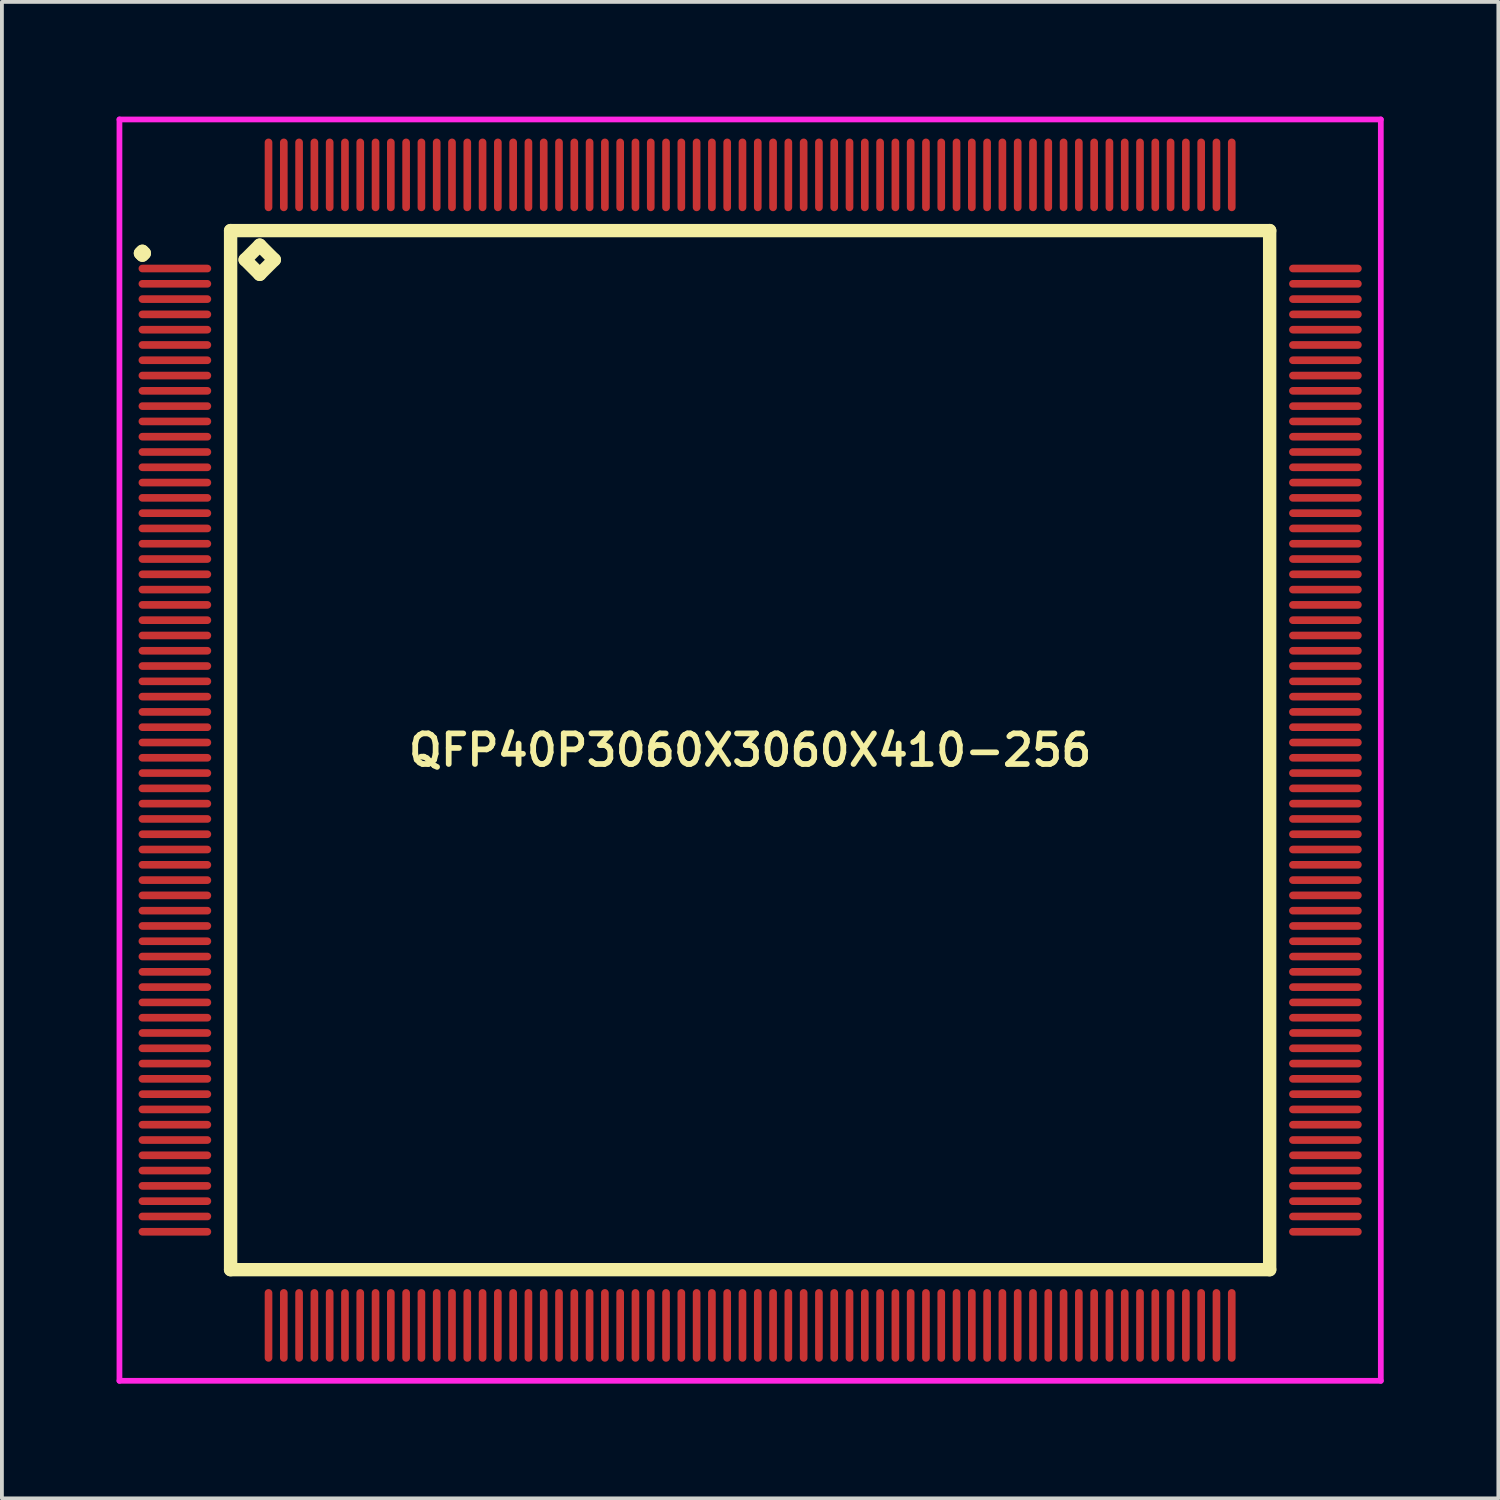
<source format=kicad_pcb>
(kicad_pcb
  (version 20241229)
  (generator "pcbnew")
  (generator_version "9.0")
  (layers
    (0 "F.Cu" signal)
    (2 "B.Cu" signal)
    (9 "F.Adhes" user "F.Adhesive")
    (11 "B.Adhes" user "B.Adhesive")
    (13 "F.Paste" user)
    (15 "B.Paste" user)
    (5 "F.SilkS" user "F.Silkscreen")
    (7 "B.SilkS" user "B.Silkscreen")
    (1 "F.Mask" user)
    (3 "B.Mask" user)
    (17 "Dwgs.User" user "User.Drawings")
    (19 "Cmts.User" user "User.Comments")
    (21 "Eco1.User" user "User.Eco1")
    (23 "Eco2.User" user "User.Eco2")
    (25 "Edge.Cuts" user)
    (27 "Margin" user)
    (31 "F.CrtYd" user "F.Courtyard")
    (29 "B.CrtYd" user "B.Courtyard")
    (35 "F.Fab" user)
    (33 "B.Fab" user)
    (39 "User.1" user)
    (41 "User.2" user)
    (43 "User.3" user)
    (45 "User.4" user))
  (footprint "QFP40P3060X3060X410-256"
    (layer "F.Cu")
    (at 16.575 16.575)
    (property "Reference" "QFP40P3060X3060X410-256" (at 0 0 0) (layer "F.SilkS") (effects (font (size 0.8 0.8) (thickness 0.15))))
    (attr through_hole)
    (fp_line (start -15.95 -13) (end -15.9 -13.05) (stroke (width 0.35) (type solid)) (layer "F.SilkS"))
    (fp_line (start -15.9 -13.05) (end -15.85 -13) (stroke (width 0.35) (type solid)) (layer "F.SilkS"))
    (fp_line (start -15.9 -12.95) (end -15.95 -13) (stroke (width 0.35) (type solid)) (layer "F.SilkS"))
    (fp_line (start -15.85 -13) (end -15.9 -12.95) (stroke (width 0.35) (type solid)) (layer "F.SilkS"))
    (fp_line (start -13.592 -13.592) (end -13.592 13.592) (stroke (width 0.35) (type solid)) (layer "F.SilkS"))
    (fp_line (start -13.592 13.592) (end 13.592 13.592) (stroke (width 0.35) (type solid)) (layer "F.SilkS"))
    (fp_line (start -13.211 -12.83) (end -12.83 -13.211) (stroke (width 0.35) (type solid)) (layer "F.SilkS"))
    (fp_line (start -12.83 -13.211) (end -12.449 -12.83) (stroke (width 0.35) (type solid)) (layer "F.SilkS"))
    (fp_line (start -12.83 -12.449) (end -13.211 -12.83) (stroke (width 0.35) (type solid)) (layer "F.SilkS"))
    (fp_line (start -12.449 -12.83) (end -12.83 -12.449) (stroke (width 0.35) (type solid)) (layer "F.SilkS"))
    (fp_line (start 13.592 -13.592) (end -13.592 -13.592) (stroke (width 0.35) (type solid)) (layer "F.SilkS"))
    (fp_line (start 13.592 13.592) (end 13.592 -13.592) (stroke (width 0.35) (type solid)) (layer "F.SilkS"))
    (fp_line (start -16.5 -16.5) (end 16.5 -16.5) (stroke (width 0.15) (type solid)) (layer "F.CrtYd"))
    (fp_line (start -16.5 16.5) (end -16.5 -16.5) (stroke (width 0.15) (type solid)) (layer "F.CrtYd"))
    (fp_line (start 16.5 -16.5) (end 16.5 16.5) (stroke (width 0.15) (type solid)) (layer "F.CrtYd"))
    (fp_line (start 16.5 16.5) (end -16.5 16.5) (stroke (width 0.15) (type solid)) (layer "F.CrtYd"))
    (pad "1" smd oval (at -15.05 -12.6) (size 1.9 0.2) (layers "F.Cu" "F.Mask" "F.Paste"))
    (pad "2" smd oval (at -15.05 -12.2) (size 1.9 0.2) (layers "F.Cu" "F.Mask" "F.Paste"))
    (pad "3" smd oval (at -15.05 -11.8) (size 1.9 0.2) (layers "F.Cu" "F.Mask" "F.Paste"))
    (pad "4" smd oval (at -15.05 -11.4) (size 1.9 0.2) (layers "F.Cu" "F.Mask" "F.Paste"))
    (pad "5" smd oval (at -15.05 -11) (size 1.9 0.2) (layers "F.Cu" "F.Mask" "F.Paste"))
    (pad "6" smd oval (at -15.05 -10.6) (size 1.9 0.2) (layers "F.Cu" "F.Mask" "F.Paste"))
    (pad "7" smd oval (at -15.05 -10.2) (size 1.9 0.2) (layers "F.Cu" "F.Mask" "F.Paste"))
    (pad "8" smd oval (at -15.05 -9.8) (size 1.9 0.2) (layers "F.Cu" "F.Mask" "F.Paste"))
    (pad "9" smd oval (at -15.05 -9.4) (size 1.9 0.2) (layers "F.Cu" "F.Mask" "F.Paste"))
    (pad "10" smd oval (at -15.05 -9) (size 1.9 0.2) (layers "F.Cu" "F.Mask" "F.Paste"))
    (pad "11" smd oval (at -15.05 -8.6) (size 1.9 0.2) (layers "F.Cu" "F.Mask" "F.Paste"))
    (pad "12" smd oval (at -15.05 -8.2) (size 1.9 0.2) (layers "F.Cu" "F.Mask" "F.Paste"))
    (pad "13" smd oval (at -15.05 -7.8) (size 1.9 0.2) (layers "F.Cu" "F.Mask" "F.Paste"))
    (pad "14" smd oval (at -15.05 -7.4) (size 1.9 0.2) (layers "F.Cu" "F.Mask" "F.Paste"))
    (pad "15" smd oval (at -15.05 -7) (size 1.9 0.2) (layers "F.Cu" "F.Mask" "F.Paste"))
    (pad "16" smd oval (at -15.05 -6.6) (size 1.9 0.2) (layers "F.Cu" "F.Mask" "F.Paste"))
    (pad "17" smd oval (at -15.05 -6.2) (size 1.9 0.2) (layers "F.Cu" "F.Mask" "F.Paste"))
    (pad "18" smd oval (at -15.05 -5.8) (size 1.9 0.2) (layers "F.Cu" "F.Mask" "F.Paste"))
    (pad "19" smd oval (at -15.05 -5.4) (size 1.9 0.2) (layers "F.Cu" "F.Mask" "F.Paste"))
    (pad "20" smd oval (at -15.05 -5) (size 1.9 0.2) (layers "F.Cu" "F.Mask" "F.Paste"))
    (pad "21" smd oval (at -15.05 -4.6) (size 1.9 0.2) (layers "F.Cu" "F.Mask" "F.Paste"))
    (pad "22" smd oval (at -15.05 -4.2) (size 1.9 0.2) (layers "F.Cu" "F.Mask" "F.Paste"))
    (pad "23" smd oval (at -15.05 -3.8) (size 1.9 0.2) (layers "F.Cu" "F.Mask" "F.Paste"))
    (pad "24" smd oval (at -15.05 -3.4) (size 1.9 0.2) (layers "F.Cu" "F.Mask" "F.Paste"))
    (pad "25" smd oval (at -15.05 -3) (size 1.9 0.2) (layers "F.Cu" "F.Mask" "F.Paste"))
    (pad "26" smd oval (at -15.05 -2.6) (size 1.9 0.2) (layers "F.Cu" "F.Mask" "F.Paste"))
    (pad "27" smd oval (at -15.05 -2.2) (size 1.9 0.2) (layers "F.Cu" "F.Mask" "F.Paste"))
    (pad "28" smd oval (at -15.05 -1.8) (size 1.9 0.2) (layers "F.Cu" "F.Mask" "F.Paste"))
    (pad "29" smd oval (at -15.05 -1.4) (size 1.9 0.2) (layers "F.Cu" "F.Mask" "F.Paste"))
    (pad "30" smd oval (at -15.05 -1) (size 1.9 0.2) (layers "F.Cu" "F.Mask" "F.Paste"))
    (pad "31" smd oval (at -15.05 -0.6) (size 1.9 0.2) (layers "F.Cu" "F.Mask" "F.Paste"))
    (pad "32" smd oval (at -15.05 -0.2) (size 1.9 0.2) (layers "F.Cu" "F.Mask" "F.Paste"))
    (pad "33" smd oval (at -15.05 0.2) (size 1.9 0.2) (layers "F.Cu" "F.Mask" "F.Paste"))
    (pad "34" smd oval (at -15.05 0.6) (size 1.9 0.2) (layers "F.Cu" "F.Mask" "F.Paste"))
    (pad "35" smd oval (at -15.05 1) (size 1.9 0.2) (layers "F.Cu" "F.Mask" "F.Paste"))
    (pad "36" smd oval (at -15.05 1.4) (size 1.9 0.2) (layers "F.Cu" "F.Mask" "F.Paste"))
    (pad "37" smd oval (at -15.05 1.8) (size 1.9 0.2) (layers "F.Cu" "F.Mask" "F.Paste"))
    (pad "38" smd oval (at -15.05 2.2) (size 1.9 0.2) (layers "F.Cu" "F.Mask" "F.Paste"))
    (pad "39" smd oval (at -15.05 2.6) (size 1.9 0.2) (layers "F.Cu" "F.Mask" "F.Paste"))
    (pad "40" smd oval (at -15.05 3) (size 1.9 0.2) (layers "F.Cu" "F.Mask" "F.Paste"))
    (pad "41" smd oval (at -15.05 3.4) (size 1.9 0.2) (layers "F.Cu" "F.Mask" "F.Paste"))
    (pad "42" smd oval (at -15.05 3.8) (size 1.9 0.2) (layers "F.Cu" "F.Mask" "F.Paste"))
    (pad "43" smd oval (at -15.05 4.2) (size 1.9 0.2) (layers "F.Cu" "F.Mask" "F.Paste"))
    (pad "44" smd oval (at -15.05 4.6) (size 1.9 0.2) (layers "F.Cu" "F.Mask" "F.Paste"))
    (pad "45" smd oval (at -15.05 5) (size 1.9 0.2) (layers "F.Cu" "F.Mask" "F.Paste"))
    (pad "46" smd oval (at -15.05 5.4) (size 1.9 0.2) (layers "F.Cu" "F.Mask" "F.Paste"))
    (pad "47" smd oval (at -15.05 5.8) (size 1.9 0.2) (layers "F.Cu" "F.Mask" "F.Paste"))
    (pad "48" smd oval (at -15.05 6.2) (size 1.9 0.2) (layers "F.Cu" "F.Mask" "F.Paste"))
    (pad "49" smd oval (at -15.05 6.6) (size 1.9 0.2) (layers "F.Cu" "F.Mask" "F.Paste"))
    (pad "50" smd oval (at -15.05 7) (size 1.9 0.2) (layers "F.Cu" "F.Mask" "F.Paste"))
    (pad "51" smd oval (at -15.05 7.4) (size 1.9 0.2) (layers "F.Cu" "F.Mask" "F.Paste"))
    (pad "52" smd oval (at -15.05 7.8) (size 1.9 0.2) (layers "F.Cu" "F.Mask" "F.Paste"))
    (pad "53" smd oval (at -15.05 8.2) (size 1.9 0.2) (layers "F.Cu" "F.Mask" "F.Paste"))
    (pad "54" smd oval (at -15.05 8.6) (size 1.9 0.2) (layers "F.Cu" "F.Mask" "F.Paste"))
    (pad "55" smd oval (at -15.05 9) (size 1.9 0.2) (layers "F.Cu" "F.Mask" "F.Paste"))
    (pad "56" smd oval (at -15.05 9.4) (size 1.9 0.2) (layers "F.Cu" "F.Mask" "F.Paste"))
    (pad "57" smd oval (at -15.05 9.8) (size 1.9 0.2) (layers "F.Cu" "F.Mask" "F.Paste"))
    (pad "58" smd oval (at -15.05 10.2) (size 1.9 0.2) (layers "F.Cu" "F.Mask" "F.Paste"))
    (pad "59" smd oval (at -15.05 10.6) (size 1.9 0.2) (layers "F.Cu" "F.Mask" "F.Paste"))
    (pad "60" smd oval (at -15.05 11) (size 1.9 0.2) (layers "F.Cu" "F.Mask" "F.Paste"))
    (pad "61" smd oval (at -15.05 11.4) (size 1.9 0.2) (layers "F.Cu" "F.Mask" "F.Paste"))
    (pad "62" smd oval (at -15.05 11.8) (size 1.9 0.2) (layers "F.Cu" "F.Mask" "F.Paste"))
    (pad "63" smd oval (at -15.05 12.2) (size 1.9 0.2) (layers "F.Cu" "F.Mask" "F.Paste"))
    (pad "64" smd oval (at -15.05 12.6) (size 1.9 0.2) (layers "F.Cu" "F.Mask" "F.Paste"))
    (pad "65" smd oval (at -12.6 15.05) (size 0.2 1.9) (layers "F.Cu" "F.Mask" "F.Paste"))
    (pad "66" smd oval (at -12.2 15.05) (size 0.2 1.9) (layers "F.Cu" "F.Mask" "F.Paste"))
    (pad "67" smd oval (at -11.8 15.05) (size 0.2 1.9) (layers "F.Cu" "F.Mask" "F.Paste"))
    (pad "68" smd oval (at -11.4 15.05) (size 0.2 1.9) (layers "F.Cu" "F.Mask" "F.Paste"))
    (pad "69" smd oval (at -11 15.05) (size 0.2 1.9) (layers "F.Cu" "F.Mask" "F.Paste"))
    (pad "70" smd oval (at -10.6 15.05) (size 0.2 1.9) (layers "F.Cu" "F.Mask" "F.Paste"))
    (pad "71" smd oval (at -10.2 15.05) (size 0.2 1.9) (layers "F.Cu" "F.Mask" "F.Paste"))
    (pad "72" smd oval (at -9.8 15.05) (size 0.2 1.9) (layers "F.Cu" "F.Mask" "F.Paste"))
    (pad "73" smd oval (at -9.4 15.05) (size 0.2 1.9) (layers "F.Cu" "F.Mask" "F.Paste"))
    (pad "74" smd oval (at -9 15.05) (size 0.2 1.9) (layers "F.Cu" "F.Mask" "F.Paste"))
    (pad "75" smd oval (at -8.6 15.05) (size 0.2 1.9) (layers "F.Cu" "F.Mask" "F.Paste"))
    (pad "76" smd oval (at -8.2 15.05) (size 0.2 1.9) (layers "F.Cu" "F.Mask" "F.Paste"))
    (pad "77" smd oval (at -7.8 15.05) (size 0.2 1.9) (layers "F.Cu" "F.Mask" "F.Paste"))
    (pad "78" smd oval (at -7.4 15.05) (size 0.2 1.9) (layers "F.Cu" "F.Mask" "F.Paste"))
    (pad "79" smd oval (at -7 15.05) (size 0.2 1.9) (layers "F.Cu" "F.Mask" "F.Paste"))
    (pad "80" smd oval (at -6.6 15.05) (size 0.2 1.9) (layers "F.Cu" "F.Mask" "F.Paste"))
    (pad "81" smd oval (at -6.2 15.05) (size 0.2 1.9) (layers "F.Cu" "F.Mask" "F.Paste"))
    (pad "82" smd oval (at -5.8 15.05) (size 0.2 1.9) (layers "F.Cu" "F.Mask" "F.Paste"))
    (pad "83" smd oval (at -5.4 15.05) (size 0.2 1.9) (layers "F.Cu" "F.Mask" "F.Paste"))
    (pad "84" smd oval (at -5 15.05) (size 0.2 1.9) (layers "F.Cu" "F.Mask" "F.Paste"))
    (pad "85" smd oval (at -4.6 15.05) (size 0.2 1.9) (layers "F.Cu" "F.Mask" "F.Paste"))
    (pad "86" smd oval (at -4.2 15.05) (size 0.2 1.9) (layers "F.Cu" "F.Mask" "F.Paste"))
    (pad "87" smd oval (at -3.8 15.05) (size 0.2 1.9) (layers "F.Cu" "F.Mask" "F.Paste"))
    (pad "88" smd oval (at -3.4 15.05) (size 0.2 1.9) (layers "F.Cu" "F.Mask" "F.Paste"))
    (pad "89" smd oval (at -3 15.05) (size 0.2 1.9) (layers "F.Cu" "F.Mask" "F.Paste"))
    (pad "90" smd oval (at -2.6 15.05) (size 0.2 1.9) (layers "F.Cu" "F.Mask" "F.Paste"))
    (pad "91" smd oval (at -2.2 15.05) (size 0.2 1.9) (layers "F.Cu" "F.Mask" "F.Paste"))
    (pad "92" smd oval (at -1.8 15.05) (size 0.2 1.9) (layers "F.Cu" "F.Mask" "F.Paste"))
    (pad "93" smd oval (at -1.4 15.05) (size 0.2 1.9) (layers "F.Cu" "F.Mask" "F.Paste"))
    (pad "94" smd oval (at -1 15.05) (size 0.2 1.9) (layers "F.Cu" "F.Mask" "F.Paste"))
    (pad "95" smd oval (at -0.6 15.05) (size 0.2 1.9) (layers "F.Cu" "F.Mask" "F.Paste"))
    (pad "96" smd oval (at -0.2 15.05) (size 0.2 1.9) (layers "F.Cu" "F.Mask" "F.Paste"))
    (pad "97" smd oval (at 0.2 15.05) (size 0.2 1.9) (layers "F.Cu" "F.Mask" "F.Paste"))
    (pad "98" smd oval (at 0.6 15.05) (size 0.2 1.9) (layers "F.Cu" "F.Mask" "F.Paste"))
    (pad "99" smd oval (at 1 15.05) (size 0.2 1.9) (layers "F.Cu" "F.Mask" "F.Paste"))
    (pad "100" smd oval (at 1.4 15.05) (size 0.2 1.9) (layers "F.Cu" "F.Mask" "F.Paste"))
    (pad "101" smd oval (at 1.8 15.05) (size 0.2 1.9) (layers "F.Cu" "F.Mask" "F.Paste"))
    (pad "102" smd oval (at 2.2 15.05) (size 0.2 1.9) (layers "F.Cu" "F.Mask" "F.Paste"))
    (pad "103" smd oval (at 2.6 15.05) (size 0.2 1.9) (layers "F.Cu" "F.Mask" "F.Paste"))
    (pad "104" smd oval (at 3 15.05) (size 0.2 1.9) (layers "F.Cu" "F.Mask" "F.Paste"))
    (pad "105" smd oval (at 3.4 15.05) (size 0.2 1.9) (layers "F.Cu" "F.Mask" "F.Paste"))
    (pad "106" smd oval (at 3.8 15.05) (size 0.2 1.9) (layers "F.Cu" "F.Mask" "F.Paste"))
    (pad "107" smd oval (at 4.2 15.05) (size 0.2 1.9) (layers "F.Cu" "F.Mask" "F.Paste"))
    (pad "108" smd oval (at 4.6 15.05) (size 0.2 1.9) (layers "F.Cu" "F.Mask" "F.Paste"))
    (pad "109" smd oval (at 5 15.05) (size 0.2 1.9) (layers "F.Cu" "F.Mask" "F.Paste"))
    (pad "110" smd oval (at 5.4 15.05) (size 0.2 1.9) (layers "F.Cu" "F.Mask" "F.Paste"))
    (pad "111" smd oval (at 5.8 15.05) (size 0.2 1.9) (layers "F.Cu" "F.Mask" "F.Paste"))
    (pad "112" smd oval (at 6.2 15.05) (size 0.2 1.9) (layers "F.Cu" "F.Mask" "F.Paste"))
    (pad "113" smd oval (at 6.6 15.05) (size 0.2 1.9) (layers "F.Cu" "F.Mask" "F.Paste"))
    (pad "114" smd oval (at 7 15.05) (size 0.2 1.9) (layers "F.Cu" "F.Mask" "F.Paste"))
    (pad "115" smd oval (at 7.4 15.05) (size 0.2 1.9) (layers "F.Cu" "F.Mask" "F.Paste"))
    (pad "116" smd oval (at 7.8 15.05) (size 0.2 1.9) (layers "F.Cu" "F.Mask" "F.Paste"))
    (pad "117" smd oval (at 8.2 15.05) (size 0.2 1.9) (layers "F.Cu" "F.Mask" "F.Paste"))
    (pad "118" smd oval (at 8.6 15.05) (size 0.2 1.9) (layers "F.Cu" "F.Mask" "F.Paste"))
    (pad "119" smd oval (at 9 15.05) (size 0.2 1.9) (layers "F.Cu" "F.Mask" "F.Paste"))
    (pad "120" smd oval (at 9.4 15.05) (size 0.2 1.9) (layers "F.Cu" "F.Mask" "F.Paste"))
    (pad "121" smd oval (at 9.8 15.05) (size 0.2 1.9) (layers "F.Cu" "F.Mask" "F.Paste"))
    (pad "122" smd oval (at 10.2 15.05) (size 0.2 1.9) (layers "F.Cu" "F.Mask" "F.Paste"))
    (pad "123" smd oval (at 10.6 15.05) (size 0.2 1.9) (layers "F.Cu" "F.Mask" "F.Paste"))
    (pad "124" smd oval (at 11 15.05) (size 0.2 1.9) (layers "F.Cu" "F.Mask" "F.Paste"))
    (pad "125" smd oval (at 11.4 15.05) (size 0.2 1.9) (layers "F.Cu" "F.Mask" "F.Paste"))
    (pad "126" smd oval (at 11.8 15.05) (size 0.2 1.9) (layers "F.Cu" "F.Mask" "F.Paste"))
    (pad "127" smd oval (at 12.2 15.05) (size 0.2 1.9) (layers "F.Cu" "F.Mask" "F.Paste"))
    (pad "128" smd oval (at 12.6 15.05) (size 0.2 1.9) (layers "F.Cu" "F.Mask" "F.Paste"))
    (pad "129" smd oval (at 15.05 12.6) (size 1.9 0.2) (layers "F.Cu" "F.Mask" "F.Paste"))
    (pad "130" smd oval (at 15.05 12.2) (size 1.9 0.2) (layers "F.Cu" "F.Mask" "F.Paste"))
    (pad "131" smd oval (at 15.05 11.8) (size 1.9 0.2) (layers "F.Cu" "F.Mask" "F.Paste"))
    (pad "132" smd oval (at 15.05 11.4) (size 1.9 0.2) (layers "F.Cu" "F.Mask" "F.Paste"))
    (pad "133" smd oval (at 15.05 11) (size 1.9 0.2) (layers "F.Cu" "F.Mask" "F.Paste"))
    (pad "134" smd oval (at 15.05 10.6) (size 1.9 0.2) (layers "F.Cu" "F.Mask" "F.Paste"))
    (pad "135" smd oval (at 15.05 10.2) (size 1.9 0.2) (layers "F.Cu" "F.Mask" "F.Paste"))
    (pad "136" smd oval (at 15.05 9.8) (size 1.9 0.2) (layers "F.Cu" "F.Mask" "F.Paste"))
    (pad "137" smd oval (at 15.05 9.4) (size 1.9 0.2) (layers "F.Cu" "F.Mask" "F.Paste"))
    (pad "138" smd oval (at 15.05 9) (size 1.9 0.2) (layers "F.Cu" "F.Mask" "F.Paste"))
    (pad "139" smd oval (at 15.05 8.6) (size 1.9 0.2) (layers "F.Cu" "F.Mask" "F.Paste"))
    (pad "140" smd oval (at 15.05 8.2) (size 1.9 0.2) (layers "F.Cu" "F.Mask" "F.Paste"))
    (pad "141" smd oval (at 15.05 7.8) (size 1.9 0.2) (layers "F.Cu" "F.Mask" "F.Paste"))
    (pad "142" smd oval (at 15.05 7.4) (size 1.9 0.2) (layers "F.Cu" "F.Mask" "F.Paste"))
    (pad "143" smd oval (at 15.05 7) (size 1.9 0.2) (layers "F.Cu" "F.Mask" "F.Paste"))
    (pad "144" smd oval (at 15.05 6.6) (size 1.9 0.2) (layers "F.Cu" "F.Mask" "F.Paste"))
    (pad "145" smd oval (at 15.05 6.2) (size 1.9 0.2) (layers "F.Cu" "F.Mask" "F.Paste"))
    (pad "146" smd oval (at 15.05 5.8) (size 1.9 0.2) (layers "F.Cu" "F.Mask" "F.Paste"))
    (pad "147" smd oval (at 15.05 5.4) (size 1.9 0.2) (layers "F.Cu" "F.Mask" "F.Paste"))
    (pad "148" smd oval (at 15.05 5) (size 1.9 0.2) (layers "F.Cu" "F.Mask" "F.Paste"))
    (pad "149" smd oval (at 15.05 4.6) (size 1.9 0.2) (layers "F.Cu" "F.Mask" "F.Paste"))
    (pad "150" smd oval (at 15.05 4.2) (size 1.9 0.2) (layers "F.Cu" "F.Mask" "F.Paste"))
    (pad "151" smd oval (at 15.05 3.8) (size 1.9 0.2) (layers "F.Cu" "F.Mask" "F.Paste"))
    (pad "152" smd oval (at 15.05 3.4) (size 1.9 0.2) (layers "F.Cu" "F.Mask" "F.Paste"))
    (pad "153" smd oval (at 15.05 3) (size 1.9 0.2) (layers "F.Cu" "F.Mask" "F.Paste"))
    (pad "154" smd oval (at 15.05 2.6) (size 1.9 0.2) (layers "F.Cu" "F.Mask" "F.Paste"))
    (pad "155" smd oval (at 15.05 2.2) (size 1.9 0.2) (layers "F.Cu" "F.Mask" "F.Paste"))
    (pad "156" smd oval (at 15.05 1.8) (size 1.9 0.2) (layers "F.Cu" "F.Mask" "F.Paste"))
    (pad "157" smd oval (at 15.05 1.4) (size 1.9 0.2) (layers "F.Cu" "F.Mask" "F.Paste"))
    (pad "158" smd oval (at 15.05 1) (size 1.9 0.2) (layers "F.Cu" "F.Mask" "F.Paste"))
    (pad "159" smd oval (at 15.05 0.6) (size 1.9 0.2) (layers "F.Cu" "F.Mask" "F.Paste"))
    (pad "160" smd oval (at 15.05 0.2) (size 1.9 0.2) (layers "F.Cu" "F.Mask" "F.Paste"))
    (pad "161" smd oval (at 15.05 -0.2) (size 1.9 0.2) (layers "F.Cu" "F.Mask" "F.Paste"))
    (pad "162" smd oval (at 15.05 -0.6) (size 1.9 0.2) (layers "F.Cu" "F.Mask" "F.Paste"))
    (pad "163" smd oval (at 15.05 -1) (size 1.9 0.2) (layers "F.Cu" "F.Mask" "F.Paste"))
    (pad "164" smd oval (at 15.05 -1.4) (size 1.9 0.2) (layers "F.Cu" "F.Mask" "F.Paste"))
    (pad "165" smd oval (at 15.05 -1.8) (size 1.9 0.2) (layers "F.Cu" "F.Mask" "F.Paste"))
    (pad "166" smd oval (at 15.05 -2.2) (size 1.9 0.2) (layers "F.Cu" "F.Mask" "F.Paste"))
    (pad "167" smd oval (at 15.05 -2.6) (size 1.9 0.2) (layers "F.Cu" "F.Mask" "F.Paste"))
    (pad "168" smd oval (at 15.05 -3) (size 1.9 0.2) (layers "F.Cu" "F.Mask" "F.Paste"))
    (pad "169" smd oval (at 15.05 -3.4) (size 1.9 0.2) (layers "F.Cu" "F.Mask" "F.Paste"))
    (pad "170" smd oval (at 15.05 -3.8) (size 1.9 0.2) (layers "F.Cu" "F.Mask" "F.Paste"))
    (pad "171" smd oval (at 15.05 -4.2) (size 1.9 0.2) (layers "F.Cu" "F.Mask" "F.Paste"))
    (pad "172" smd oval (at 15.05 -4.6) (size 1.9 0.2) (layers "F.Cu" "F.Mask" "F.Paste"))
    (pad "173" smd oval (at 15.05 -5) (size 1.9 0.2) (layers "F.Cu" "F.Mask" "F.Paste"))
    (pad "174" smd oval (at 15.05 -5.4) (size 1.9 0.2) (layers "F.Cu" "F.Mask" "F.Paste"))
    (pad "175" smd oval (at 15.05 -5.8) (size 1.9 0.2) (layers "F.Cu" "F.Mask" "F.Paste"))
    (pad "176" smd oval (at 15.05 -6.2) (size 1.9 0.2) (layers "F.Cu" "F.Mask" "F.Paste"))
    (pad "177" smd oval (at 15.05 -6.6) (size 1.9 0.2) (layers "F.Cu" "F.Mask" "F.Paste"))
    (pad "178" smd oval (at 15.05 -7) (size 1.9 0.2) (layers "F.Cu" "F.Mask" "F.Paste"))
    (pad "179" smd oval (at 15.05 -7.4) (size 1.9 0.2) (layers "F.Cu" "F.Mask" "F.Paste"))
    (pad "180" smd oval (at 15.05 -7.8) (size 1.9 0.2) (layers "F.Cu" "F.Mask" "F.Paste"))
    (pad "181" smd oval (at 15.05 -8.2) (size 1.9 0.2) (layers "F.Cu" "F.Mask" "F.Paste"))
    (pad "182" smd oval (at 15.05 -8.6) (size 1.9 0.2) (layers "F.Cu" "F.Mask" "F.Paste"))
    (pad "183" smd oval (at 15.05 -9) (size 1.9 0.2) (layers "F.Cu" "F.Mask" "F.Paste"))
    (pad "184" smd oval (at 15.05 -9.4) (size 1.9 0.2) (layers "F.Cu" "F.Mask" "F.Paste"))
    (pad "185" smd oval (at 15.05 -9.8) (size 1.9 0.2) (layers "F.Cu" "F.Mask" "F.Paste"))
    (pad "186" smd oval (at 15.05 -10.2) (size 1.9 0.2) (layers "F.Cu" "F.Mask" "F.Paste"))
    (pad "187" smd oval (at 15.05 -10.6) (size 1.9 0.2) (layers "F.Cu" "F.Mask" "F.Paste"))
    (pad "188" smd oval (at 15.05 -11) (size 1.9 0.2) (layers "F.Cu" "F.Mask" "F.Paste"))
    (pad "189" smd oval (at 15.05 -11.4) (size 1.9 0.2) (layers "F.Cu" "F.Mask" "F.Paste"))
    (pad "190" smd oval (at 15.05 -11.8) (size 1.9 0.2) (layers "F.Cu" "F.Mask" "F.Paste"))
    (pad "191" smd oval (at 15.05 -12.2) (size 1.9 0.2) (layers "F.Cu" "F.Mask" "F.Paste"))
    (pad "192" smd oval (at 15.05 -12.6) (size 1.9 0.2) (layers "F.Cu" "F.Mask" "F.Paste"))
    (pad "193" smd oval (at 12.6 -15.05) (size 0.2 1.9) (layers "F.Cu" "F.Mask" "F.Paste"))
    (pad "194" smd oval (at 12.2 -15.05) (size 0.2 1.9) (layers "F.Cu" "F.Mask" "F.Paste"))
    (pad "195" smd oval (at 11.8 -15.05) (size 0.2 1.9) (layers "F.Cu" "F.Mask" "F.Paste"))
    (pad "196" smd oval (at 11.4 -15.05) (size 0.2 1.9) (layers "F.Cu" "F.Mask" "F.Paste"))
    (pad "197" smd oval (at 11 -15.05) (size 0.2 1.9) (layers "F.Cu" "F.Mask" "F.Paste"))
    (pad "198" smd oval (at 10.6 -15.05) (size 0.2 1.9) (layers "F.Cu" "F.Mask" "F.Paste"))
    (pad "199" smd oval (at 10.2 -15.05) (size 0.2 1.9) (layers "F.Cu" "F.Mask" "F.Paste"))
    (pad "200" smd oval (at 9.8 -15.05) (size 0.2 1.9) (layers "F.Cu" "F.Mask" "F.Paste"))
    (pad "201" smd oval (at 9.4 -15.05) (size 0.2 1.9) (layers "F.Cu" "F.Mask" "F.Paste"))
    (pad "202" smd oval (at 9 -15.05) (size 0.2 1.9) (layers "F.Cu" "F.Mask" "F.Paste"))
    (pad "203" smd oval (at 8.6 -15.05) (size 0.2 1.9) (layers "F.Cu" "F.Mask" "F.Paste"))
    (pad "204" smd oval (at 8.2 -15.05) (size 0.2 1.9) (layers "F.Cu" "F.Mask" "F.Paste"))
    (pad "205" smd oval (at 7.8 -15.05) (size 0.2 1.9) (layers "F.Cu" "F.Mask" "F.Paste"))
    (pad "206" smd oval (at 7.4 -15.05) (size 0.2 1.9) (layers "F.Cu" "F.Mask" "F.Paste"))
    (pad "207" smd oval (at 7 -15.05) (size 0.2 1.9) (layers "F.Cu" "F.Mask" "F.Paste"))
    (pad "208" smd oval (at 6.6 -15.05) (size 0.2 1.9) (layers "F.Cu" "F.Mask" "F.Paste"))
    (pad "209" smd oval (at 6.2 -15.05) (size 0.2 1.9) (layers "F.Cu" "F.Mask" "F.Paste"))
    (pad "210" smd oval (at 5.8 -15.05) (size 0.2 1.9) (layers "F.Cu" "F.Mask" "F.Paste"))
    (pad "211" smd oval (at 5.4 -15.05) (size 0.2 1.9) (layers "F.Cu" "F.Mask" "F.Paste"))
    (pad "212" smd oval (at 5 -15.05) (size 0.2 1.9) (layers "F.Cu" "F.Mask" "F.Paste"))
    (pad "213" smd oval (at 4.6 -15.05) (size 0.2 1.9) (layers "F.Cu" "F.Mask" "F.Paste"))
    (pad "214" smd oval (at 4.2 -15.05) (size 0.2 1.9) (layers "F.Cu" "F.Mask" "F.Paste"))
    (pad "215" smd oval (at 3.8 -15.05) (size 0.2 1.9) (layers "F.Cu" "F.Mask" "F.Paste"))
    (pad "216" smd oval (at 3.4 -15.05) (size 0.2 1.9) (layers "F.Cu" "F.Mask" "F.Paste"))
    (pad "217" smd oval (at 3 -15.05) (size 0.2 1.9) (layers "F.Cu" "F.Mask" "F.Paste"))
    (pad "218" smd oval (at 2.6 -15.05) (size 0.2 1.9) (layers "F.Cu" "F.Mask" "F.Paste"))
    (pad "219" smd oval (at 2.2 -15.05) (size 0.2 1.9) (layers "F.Cu" "F.Mask" "F.Paste"))
    (pad "220" smd oval (at 1.8 -15.05) (size 0.2 1.9) (layers "F.Cu" "F.Mask" "F.Paste"))
    (pad "221" smd oval (at 1.4 -15.05) (size 0.2 1.9) (layers "F.Cu" "F.Mask" "F.Paste"))
    (pad "222" smd oval (at 1 -15.05) (size 0.2 1.9) (layers "F.Cu" "F.Mask" "F.Paste"))
    (pad "223" smd oval (at 0.6 -15.05) (size 0.2 1.9) (layers "F.Cu" "F.Mask" "F.Paste"))
    (pad "224" smd oval (at 0.2 -15.05) (size 0.2 1.9) (layers "F.Cu" "F.Mask" "F.Paste"))
    (pad "225" smd oval (at -0.2 -15.05) (size 0.2 1.9) (layers "F.Cu" "F.Mask" "F.Paste"))
    (pad "226" smd oval (at -0.6 -15.05) (size 0.2 1.9) (layers "F.Cu" "F.Mask" "F.Paste"))
    (pad "227" smd oval (at -1 -15.05) (size 0.2 1.9) (layers "F.Cu" "F.Mask" "F.Paste"))
    (pad "228" smd oval (at -1.4 -15.05) (size 0.2 1.9) (layers "F.Cu" "F.Mask" "F.Paste"))
    (pad "229" smd oval (at -1.8 -15.05) (size 0.2 1.9) (layers "F.Cu" "F.Mask" "F.Paste"))
    (pad "230" smd oval (at -2.2 -15.05) (size 0.2 1.9) (layers "F.Cu" "F.Mask" "F.Paste"))
    (pad "231" smd oval (at -2.6 -15.05) (size 0.2 1.9) (layers "F.Cu" "F.Mask" "F.Paste"))
    (pad "232" smd oval (at -3 -15.05) (size 0.2 1.9) (layers "F.Cu" "F.Mask" "F.Paste"))
    (pad "233" smd oval (at -3.4 -15.05) (size 0.2 1.9) (layers "F.Cu" "F.Mask" "F.Paste"))
    (pad "234" smd oval (at -3.8 -15.05) (size 0.2 1.9) (layers "F.Cu" "F.Mask" "F.Paste"))
    (pad "235" smd oval (at -4.2 -15.05) (size 0.2 1.9) (layers "F.Cu" "F.Mask" "F.Paste"))
    (pad "236" smd oval (at -4.6 -15.05) (size 0.2 1.9) (layers "F.Cu" "F.Mask" "F.Paste"))
    (pad "237" smd oval (at -5 -15.05) (size 0.2 1.9) (layers "F.Cu" "F.Mask" "F.Paste"))
    (pad "238" smd oval (at -5.4 -15.05) (size 0.2 1.9) (layers "F.Cu" "F.Mask" "F.Paste"))
    (pad "239" smd oval (at -5.8 -15.05) (size 0.2 1.9) (layers "F.Cu" "F.Mask" "F.Paste"))
    (pad "240" smd oval (at -6.2 -15.05) (size 0.2 1.9) (layers "F.Cu" "F.Mask" "F.Paste"))
    (pad "241" smd oval (at -6.6 -15.05) (size 0.2 1.9) (layers "F.Cu" "F.Mask" "F.Paste"))
    (pad "242" smd oval (at -7 -15.05) (size 0.2 1.9) (layers "F.Cu" "F.Mask" "F.Paste"))
    (pad "243" smd oval (at -7.4 -15.05) (size 0.2 1.9) (layers "F.Cu" "F.Mask" "F.Paste"))
    (pad "244" smd oval (at -7.8 -15.05) (size 0.2 1.9) (layers "F.Cu" "F.Mask" "F.Paste"))
    (pad "245" smd oval (at -8.2 -15.05) (size 0.2 1.9) (layers "F.Cu" "F.Mask" "F.Paste"))
    (pad "246" smd oval (at -8.6 -15.05) (size 0.2 1.9) (layers "F.Cu" "F.Mask" "F.Paste"))
    (pad "247" smd oval (at -9 -15.05) (size 0.2 1.9) (layers "F.Cu" "F.Mask" "F.Paste"))
    (pad "248" smd oval (at -9.4 -15.05) (size 0.2 1.9) (layers "F.Cu" "F.Mask" "F.Paste"))
    (pad "249" smd oval (at -9.8 -15.05) (size 0.2 1.9) (layers "F.Cu" "F.Mask" "F.Paste"))
    (pad "250" smd oval (at -10.2 -15.05) (size 0.2 1.9) (layers "F.Cu" "F.Mask" "F.Paste"))
    (pad "251" smd oval (at -10.6 -15.05) (size 0.2 1.9) (layers "F.Cu" "F.Mask" "F.Paste"))
    (pad "252" smd oval (at -11 -15.05) (size 0.2 1.9) (layers "F.Cu" "F.Mask" "F.Paste"))
    (pad "253" smd oval (at -11.4 -15.05) (size 0.2 1.9) (layers "F.Cu" "F.Mask" "F.Paste"))
    (pad "254" smd oval (at -11.8 -15.05) (size 0.2 1.9) (layers "F.Cu" "F.Mask" "F.Paste"))
    (pad "255" smd oval (at -12.2 -15.05) (size 0.2 1.9) (layers "F.Cu" "F.Mask" "F.Paste"))
    (pad "256" smd oval (at -12.6 -15.05) (size 0.2 1.9) (layers "F.Cu" "F.Mask" "F.Paste")))
  (gr_rect
    (start -3 -3)
    (end 36.15 36.15)
    (stroke (width 0.1) (type default))
    (fill no)
    (layer "Edge.Cuts")))
</source>
